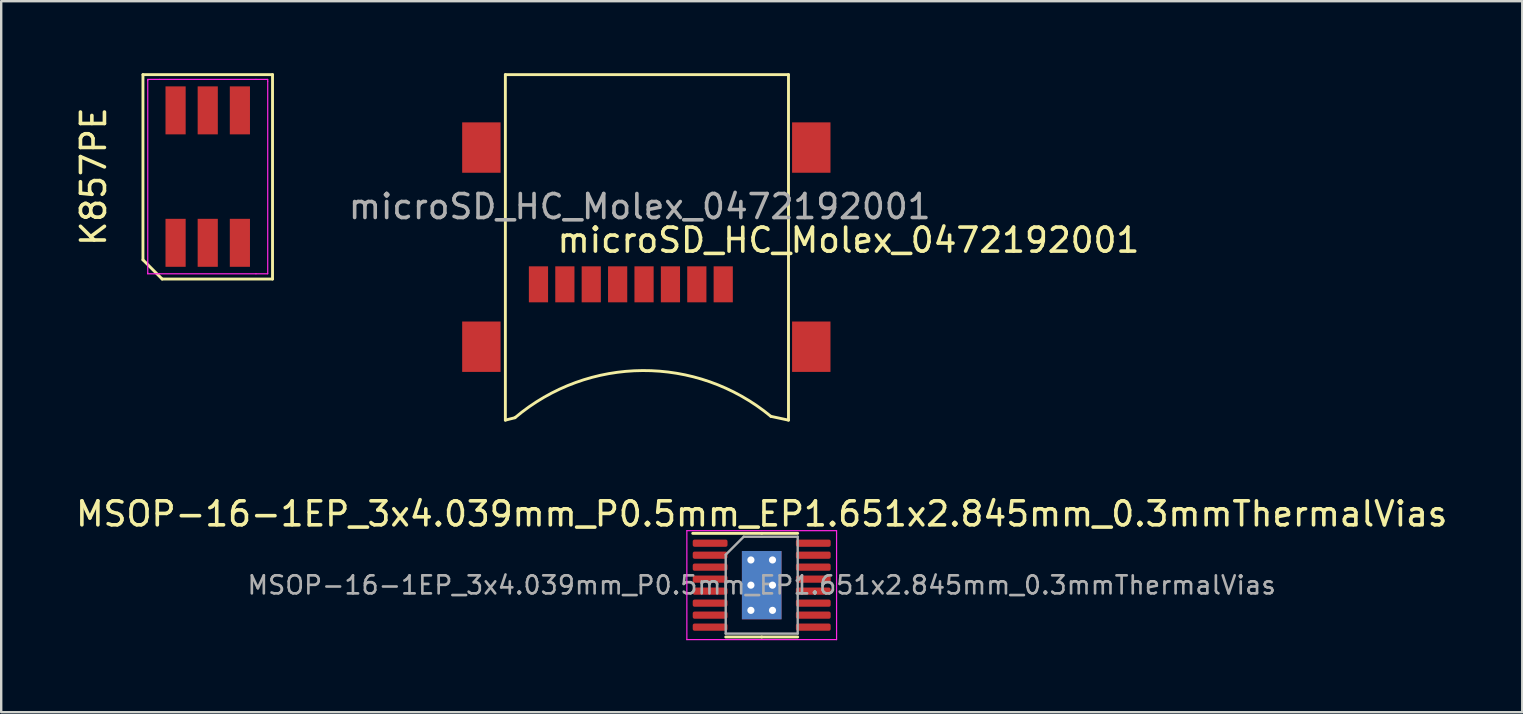
<source format=kicad_pcb>
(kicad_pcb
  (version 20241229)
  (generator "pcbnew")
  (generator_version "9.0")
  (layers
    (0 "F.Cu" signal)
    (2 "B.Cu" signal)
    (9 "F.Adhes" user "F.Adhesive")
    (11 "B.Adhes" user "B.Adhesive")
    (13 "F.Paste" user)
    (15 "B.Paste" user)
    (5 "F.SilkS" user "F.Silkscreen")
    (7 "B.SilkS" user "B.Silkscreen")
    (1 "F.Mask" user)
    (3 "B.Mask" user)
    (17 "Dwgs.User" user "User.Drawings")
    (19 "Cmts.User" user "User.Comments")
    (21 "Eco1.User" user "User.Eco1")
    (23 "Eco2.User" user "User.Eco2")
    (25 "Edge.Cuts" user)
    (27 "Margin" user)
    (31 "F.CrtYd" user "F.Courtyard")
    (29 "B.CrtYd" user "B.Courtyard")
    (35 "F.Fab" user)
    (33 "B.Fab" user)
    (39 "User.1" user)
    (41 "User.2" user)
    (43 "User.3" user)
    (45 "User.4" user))
  (footprint "MSOP-16-1EP_3x4.039mm_P0.5mm_EP1.651x2.845mm_0.3mmThermalVias"
    (layer "F.Cu")
    (at 28.696 21.338)
    (property "Reference" "MSOP-16-1EP_3x4.039mm_P0.5mm_EP1.651x2.845mm_0.3mmThermalVias" (at 0 -2.97 0) (layer "F.SilkS") (effects (font (size 1 1) (thickness 0.15))))
    (attr smd)
    (fp_line (start 0 -2.16) (end -2.875 -2.16) (stroke (width 0.12) (type solid)) (layer "F.SilkS"))
    (fp_line (start 0 -2.16) (end 1.5 -2.16) (stroke (width 0.12) (type solid)) (layer "F.SilkS"))
    (fp_line (start 0 2.16) (end -1.5 2.16) (stroke (width 0.12) (type solid)) (layer "F.SilkS"))
    (fp_line (start 0 2.16) (end 1.5 2.16) (stroke (width 0.12) (type solid)) (layer "F.SilkS"))
    (fp_line (start -3.12 -2.27) (end -3.12 2.27) (stroke (width 0.05) (type solid)) (layer "F.CrtYd"))
    (fp_line (start -3.12 2.27) (end 3.12 2.27) (stroke (width 0.05) (type solid)) (layer "F.CrtYd"))
    (fp_line (start 3.12 -2.27) (end -3.12 -2.27) (stroke (width 0.05) (type solid)) (layer "F.CrtYd"))
    (fp_line (start 3.12 2.27) (end 3.12 -2.27) (stroke (width 0.05) (type solid)) (layer "F.CrtYd"))
    (fp_line (start -1.5 -1.27) (end -0.75 -2.019) (stroke (width 0.1) (type solid)) (layer "F.Fab"))
    (fp_line (start -1.5 2.019) (end -1.5 -1.27) (stroke (width 0.1) (type solid)) (layer "F.Fab"))
    (fp_line (start -0.75 -2.019) (end 1.5 -2.019) (stroke (width 0.1) (type solid)) (layer "F.Fab"))
    (fp_line (start 1.5 -2.019) (end 1.5 2.019) (stroke (width 0.1) (type solid)) (layer "F.Fab"))
    (fp_line (start 1.5 2.019) (end -1.5 2.019) (stroke (width 0.1) (type solid)) (layer "F.Fab"))
    (fp_text user "${REFERENCE}" (at 0 0 0) (layer "F.Fab") (effects (font (size 0.75 0.75) (thickness 0.11))))
    (pad "" smd roundrect (at -0.415 -0.71) (size 0.69 1.19) (layers "F.Paste") (roundrect_rratio 0.25))
    (pad "" smd roundrect (at -0.415 0.71) (size 0.69 1.19) (layers "F.Paste") (roundrect_rratio 0.25))
    (pad "" smd roundrect (at 0.415 -0.71) (size 0.69 1.19) (layers "F.Paste") (roundrect_rratio 0.25))
    (pad "" smd roundrect (at 0.415 0.71) (size 0.69 1.19) (layers "F.Paste") (roundrect_rratio 0.25))
    (pad "1" smd roundrect (at -2.15 -1.75) (size 1.45 0.3) (layers "F.Cu" "F.Mask" "F.Paste") (roundrect_rratio 0.25))
    (pad "2" smd roundrect (at -2.15 -1.25) (size 1.45 0.3) (layers "F.Cu" "F.Mask" "F.Paste") (roundrect_rratio 0.25))
    (pad "3" smd roundrect (at -2.15 -0.75) (size 1.45 0.3) (layers "F.Cu" "F.Mask" "F.Paste") (roundrect_rratio 0.25))
    (pad "4" smd roundrect (at -2.15 -0.25) (size 1.45 0.3) (layers "F.Cu" "F.Mask" "F.Paste") (roundrect_rratio 0.25))
    (pad "5" smd roundrect (at -2.15 0.25) (size 1.45 0.3) (layers "F.Cu" "F.Mask" "F.Paste") (roundrect_rratio 0.25))
    (pad "6" smd roundrect (at -2.15 0.75) (size 1.45 0.3) (layers "F.Cu" "F.Mask" "F.Paste") (roundrect_rratio 0.25))
    (pad "7" smd roundrect (at -2.15 1.25) (size 1.45 0.3) (layers "F.Cu" "F.Mask" "F.Paste") (roundrect_rratio 0.25))
    (pad "8" smd roundrect (at -2.15 1.75) (size 1.45 0.3) (layers "F.Cu" "F.Mask" "F.Paste") (roundrect_rratio 0.25))
    (pad "9" smd roundrect (at 2.15 1.75) (size 1.45 0.3) (layers "F.Cu" "F.Mask" "F.Paste") (roundrect_rratio 0.25))
    (pad "10" smd roundrect (at 2.15 1.25) (size 1.45 0.3) (layers "F.Cu" "F.Mask" "F.Paste") (roundrect_rratio 0.25))
    (pad "11" smd roundrect (at 2.15 0.75) (size 1.45 0.3) (layers "F.Cu" "F.Mask" "F.Paste") (roundrect_rratio 0.25))
    (pad "12" smd roundrect (at 2.15 0.25) (size 1.45 0.3) (layers "F.Cu" "F.Mask" "F.Paste") (roundrect_rratio 0.25))
    (pad "13" smd roundrect (at 2.15 -0.25) (size 1.45 0.3) (layers "F.Cu" "F.Mask" "F.Paste") (roundrect_rratio 0.25))
    (pad "14" smd roundrect (at 2.15 -0.75) (size 1.45 0.3) (layers "F.Cu" "F.Mask" "F.Paste") (roundrect_rratio 0.25))
    (pad "15" smd roundrect (at 2.15 -1.25) (size 1.45 0.3) (layers "F.Cu" "F.Mask" "F.Paste") (roundrect_rratio 0.25))
    (pad "16" smd roundrect (at 2.15 -1.75) (size 1.45 0.3) (layers "F.Cu" "F.Mask" "F.Paste") (roundrect_rratio 0.25))
    (pad "17" thru_hole circle (at -0.45 -1.05) (size 0.7 0.7) (drill 0.3) (layers "*.Cu"))
    (pad "17" thru_hole circle (at -0.45 0) (size 0.7 0.7) (drill 0.3) (layers "*.Cu"))
    (pad "17" thru_hole circle (at -0.45 1.05) (size 0.7 0.7) (drill 0.3) (layers "*.Cu"))
    (pad "17" smd rect (at 0 0) (size 1.651 2.845) (layers "F.Cu" "F.Mask"))
    (pad "17" smd rect (at 0 0) (size 1.651 2.845) (layers "B.Cu" "B.Mask"))
    (pad "17" thru_hole circle (at 0.45 -1.05) (size 0.7 0.7) (drill 0.3) (layers "*.Cu"))
    (pad "17" thru_hole circle (at 0.45 0) (size 0.7 0.7) (drill 0.3) (layers "*.Cu"))
    (pad "17" thru_hole circle (at 0.45 1.05) (size 0.7 0.7) (drill 0.3) (layers "*.Cu")))
  (footprint "K857PE"
    (layer "F.Cu")
    (at 5.608 4.31)
    (property "Reference" "K857PE" (at -4.76 0 90) (layer "F.SilkS") (effects (font (size 1 1) (thickness 0.15))))
    (attr smd)
    (fp_line (start -2.7 3.47) (end -2.7 -4.25) (stroke (width 0.12) (type solid)) (layer "F.SilkS"))
    (fp_line (start -1.9 4.27) (end -2.7 3.47) (stroke (width 0.12) (type solid)) (layer "F.SilkS"))
    (fp_line (start -1.9 4.27) (end 2.7 4.27) (stroke (width 0.12) (type solid)) (layer "F.SilkS"))
    (fp_line (start 2.7 -4.25) (end -2.7 -4.25) (stroke (width 0.12) (type solid)) (layer "F.SilkS"))
    (fp_line (start 2.7 -4.25) (end 2.7 4.27) (stroke (width 0.12) (type solid)) (layer "F.SilkS"))
    (fp_line (start -2.5 -4.05) (end -2.5 -4) (stroke (width 0.05) (type solid)) (layer "F.CrtYd"))
    (fp_line (start -2.5 4.02) (end -2.5 -4) (stroke (width 0.05) (type solid)) (layer "F.CrtYd"))
    (fp_line (start -2.5 4.05) (end -2.5 4.02) (stroke (width 0.05) (type solid)) (layer "F.CrtYd"))
    (fp_line (start -2.01 -4.05) (end -2.5 -4.05) (stroke (width 0.05) (type solid)) (layer "F.CrtYd"))
    (fp_line (start -2.01 -4.05) (end 2.01 -4.05) (stroke (width 0.05) (type solid)) (layer "F.CrtYd"))
    (fp_line (start -2.01 4.05) (end -2.5 4.05) (stroke (width 0.05) (type solid)) (layer "F.CrtYd"))
    (fp_line (start 2.01 -4.05) (end 2.5 -4.05) (stroke (width 0.05) (type solid)) (layer "F.CrtYd"))
    (fp_line (start 2.01 4.05) (end -2.01 4.05) (stroke (width 0.05) (type solid)) (layer "F.CrtYd"))
    (fp_line (start 2.5 -4.05) (end 2.5 -3.97) (stroke (width 0.05) (type solid)) (layer "F.CrtYd"))
    (fp_line (start 2.5 -3.97) (end 2.5 4.05) (stroke (width 0.05) (type solid)) (layer "F.CrtYd"))
    (fp_line (start 2.5 4.05) (end 2.01 4.05) (stroke (width 0.05) (type solid)) (layer "F.CrtYd"))
    (pad "1" smd rect (at -1.34 2.76) (size 0.84 2) (layers "F.Cu" "F.Mask" "F.Paste"))
    (pad "2" smd rect (at 0 2.76) (size 0.84 2) (layers "F.Cu" "F.Mask" "F.Paste"))
    (pad "3" smd rect (at 1.34 2.76) (size 0.84 2) (layers "F.Cu" "F.Mask" "F.Paste"))
    (pad "4" smd rect (at 1.34 -2.76) (size 0.84 2) (layers "F.Cu" "F.Mask" "F.Paste"))
    (pad "5" smd rect (at 0 -2.76) (size 0.84 2) (layers "F.Cu" "F.Mask" "F.Paste"))
    (pad "6" smd rect (at -1.34 -2.76) (size 0.84 2) (layers "F.Cu" "F.Mask" "F.Paste")))
  (footprint "microSD_HC_Molex_0472192001"
    (layer "F.Cu")
    (at 23.012 12.06)
    (property "Reference" "microSD_HC_Molex_0472192001" (at 9.3 -5.1 0) (layer "F.SilkS") (effects (font (size 1 1) (thickness 0.15))))
    (attr smd)
    (fp_line (start -5 -12) (end -5 2.4) (stroke (width 0.12) (type solid)) (layer "F.SilkS"))
    (fp_line (start -5 2.4) (end -4.6 2.3) (stroke (width 0.12) (type solid)) (layer "F.SilkS"))
    (fp_line (start 6.8 -12) (end -5 -12) (stroke (width 0.12) (type solid)) (layer "F.SilkS"))
    (fp_line (start 6.8 -12) (end 6.8 2.4) (stroke (width 0.12) (type solid)) (layer "F.SilkS"))
    (fp_line (start 6.8 2.4) (end 6.068 2.243) (stroke (width 0.12) (type solid)) (layer "F.SilkS"))
    (fp_arc (start -4.6 2.3) (mid 0.7235 0.333944) (end 6.067541 2.24346) (stroke (width 0.12) (type solid)) (layer "F.SilkS"))
    (fp_text user "${REFERENCE}" (at 0.6 -6.5 0) (layer "F.Fab") (effects (font (size 1 1) (thickness 0.15))))
    (pad "1" smd rect (at 4.08 -3.26) (size 0.8 1.5) (layers "F.Cu" "F.Mask" "F.Paste"))
    (pad "2" smd rect (at 2.98 -3.26) (size 0.8 1.5) (layers "F.Cu" "F.Mask" "F.Paste"))
    (pad "3" smd rect (at 1.88 -3.26) (size 0.8 1.5) (layers "F.Cu" "F.Mask" "F.Paste"))
    (pad "4" smd rect (at 0.78 -3.26) (size 0.8 1.5) (layers "F.Cu" "F.Mask" "F.Paste"))
    (pad "5" smd rect (at -0.32 -3.26) (size 0.8 1.5) (layers "F.Cu" "F.Mask" "F.Paste"))
    (pad "6" smd rect (at -1.42 -3.26) (size 0.8 1.5) (layers "F.Cu" "F.Mask" "F.Paste"))
    (pad "7" smd rect (at -2.52 -3.26) (size 0.8 1.5) (layers "F.Cu" "F.Mask" "F.Paste"))
    (pad "8" smd rect (at -3.62 -3.26) (size 0.8 1.5) (layers "F.Cu" "F.Mask" "F.Paste"))
    (pad "9" smd rect (at -6 -8.96) (size 1.6 2.1) (layers "F.Cu" "F.Mask" "F.Paste"))
    (pad "9" smd rect (at -6 -0.66) (size 1.6 2.1) (layers "F.Cu" "F.Mask" "F.Paste"))
    (pad "9" smd rect (at 7.75 -8.96) (size 1.6 2.1) (layers "F.Cu" "F.Mask" "F.Paste"))
    (pad "9" smd rect (at 7.75 -0.66) (size 1.6 2.1) (layers "F.Cu" "F.Mask" "F.Paste")))
  (gr_rect
    (start -3 -3)
    (end 60.393 26.633)
    (stroke (width 0.1) (type default))
    (fill no)
    (layer "Edge.Cuts")))
</source>
